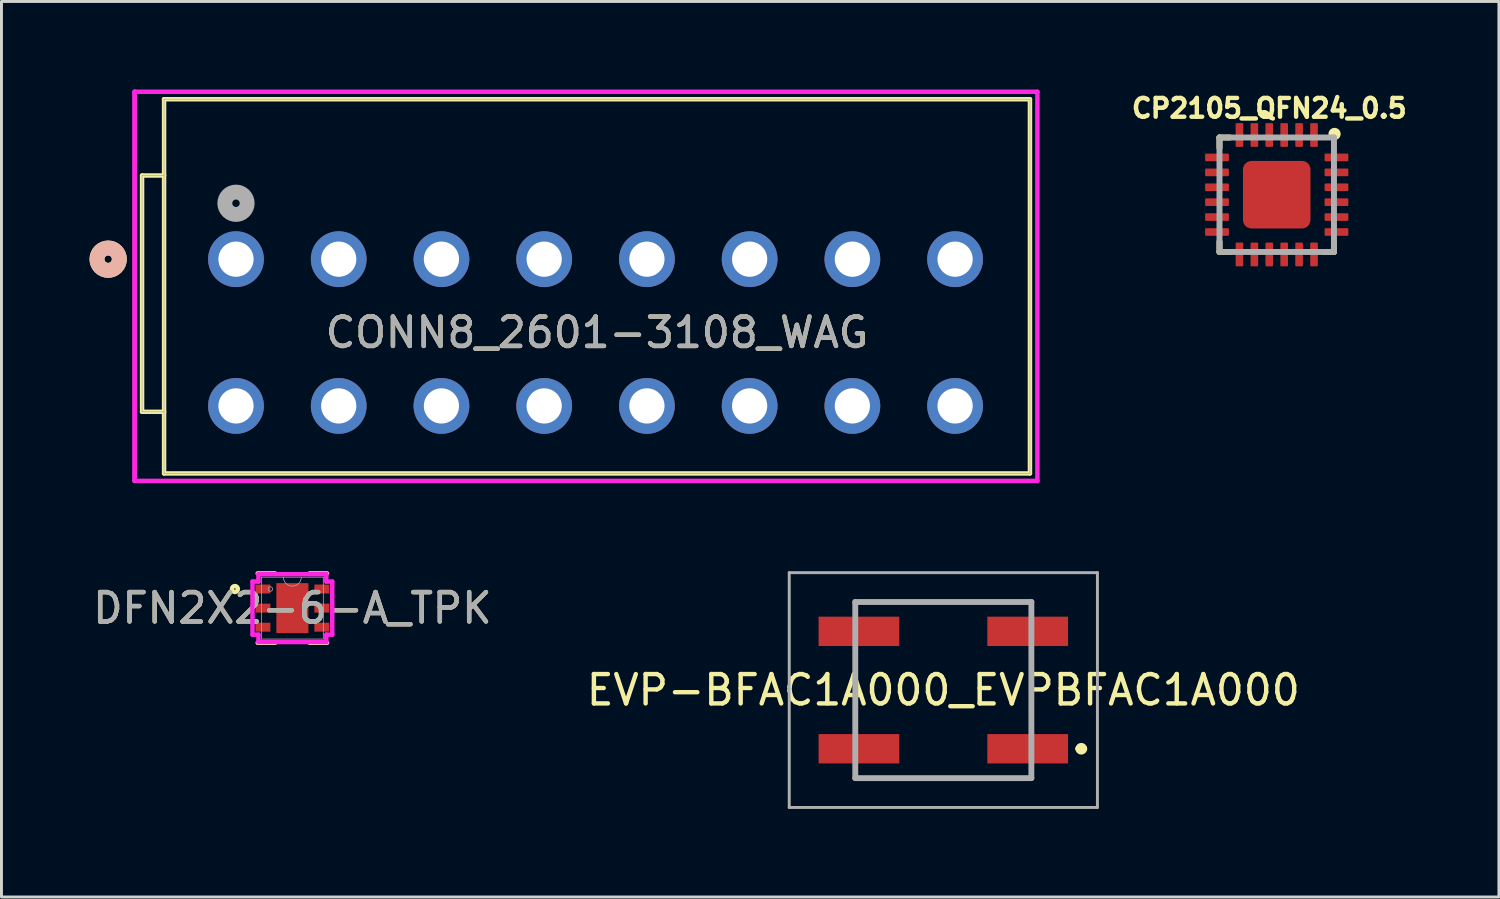
<source format=kicad_pcb>
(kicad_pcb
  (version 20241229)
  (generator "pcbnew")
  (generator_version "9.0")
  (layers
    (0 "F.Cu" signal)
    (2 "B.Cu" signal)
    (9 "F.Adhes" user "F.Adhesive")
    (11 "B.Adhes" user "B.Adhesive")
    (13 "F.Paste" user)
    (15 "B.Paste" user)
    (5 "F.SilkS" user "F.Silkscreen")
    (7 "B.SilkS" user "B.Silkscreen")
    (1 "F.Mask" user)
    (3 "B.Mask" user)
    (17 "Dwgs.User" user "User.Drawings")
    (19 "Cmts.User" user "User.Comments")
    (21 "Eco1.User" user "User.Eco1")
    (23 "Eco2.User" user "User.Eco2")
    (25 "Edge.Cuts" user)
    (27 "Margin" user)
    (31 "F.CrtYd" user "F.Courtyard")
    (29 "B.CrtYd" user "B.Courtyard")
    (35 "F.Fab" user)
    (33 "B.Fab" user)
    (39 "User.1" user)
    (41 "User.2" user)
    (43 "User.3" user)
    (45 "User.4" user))
  (footprint "DFN2X2-6-A_TPK"
    (layer "F.Cu")
    (at 6.911 17.668)
    (property "Reference" "DFN2X2-6-A_TPK" (at 0 0 0) (unlocked yes) (layer "F.SilkS") (effects (font (size 1 1) (thickness 0.15))))
    (attr smd)
    (fp_line (start -1.181 1.181) (end -0.587 1.181) (stroke (width 0.152) (type solid)) (layer "F.SilkS"))
    (fp_line (start -0.587 -1.181) (end -1.181 -1.181) (stroke (width 0.152) (type solid)) (layer "F.SilkS"))
    (fp_line (start 0.587 1.181) (end 1.181 1.181) (stroke (width 0.152) (type solid)) (layer "F.SilkS"))
    (fp_line (start 1.181 -1.181) (end 0.587 -1.181) (stroke (width 0.152) (type solid)) (layer "F.SilkS"))
    (fp_circle (center -1.958 -0.65) (end -1.857 -0.65) (stroke (width 0.152) (type solid)) (fill no) (layer "F.SilkS"))
    (fp_line (start -1.359 -0.904) (end -1.156 -0.904) (stroke (width 0.152) (type solid)) (layer "F.CrtYd"))
    (fp_line (start -1.359 0.904) (end -1.359 -0.904) (stroke (width 0.152) (type solid)) (layer "F.CrtYd"))
    (fp_line (start -1.359 0.904) (end -1.156 0.904) (stroke (width 0.152) (type solid)) (layer "F.CrtYd"))
    (fp_line (start -1.156 -1.156) (end 1.156 -1.156) (stroke (width 0.152) (type solid)) (layer "F.CrtYd"))
    (fp_line (start -1.156 -0.904) (end -1.156 -1.156) (stroke (width 0.152) (type solid)) (layer "F.CrtYd"))
    (fp_line (start -1.156 1.156) (end -1.156 0.904) (stroke (width 0.152) (type solid)) (layer "F.CrtYd"))
    (fp_line (start 1.156 -1.156) (end 1.156 -0.904) (stroke (width 0.152) (type solid)) (layer "F.CrtYd"))
    (fp_line (start 1.156 0.904) (end 1.156 1.156) (stroke (width 0.152) (type solid)) (layer "F.CrtYd"))
    (fp_line (start 1.156 1.156) (end -1.156 1.156) (stroke (width 0.152) (type solid)) (layer "F.CrtYd"))
    (fp_line (start 1.359 -0.904) (end 1.156 -0.904) (stroke (width 0.152) (type solid)) (layer "F.CrtYd"))
    (fp_line (start 1.359 -0.904) (end 1.359 0.904) (stroke (width 0.152) (type solid)) (layer "F.CrtYd"))
    (fp_line (start 1.359 0.904) (end 1.156 0.904) (stroke (width 0.152) (type solid)) (layer "F.CrtYd"))
    (fp_line (start -1.054 -1.054) (end -1.054 1.054) (stroke (width 0.025) (type solid)) (layer "F.Fab"))
    (fp_line (start -1.054 1.054) (end 1.054 1.054) (stroke (width 0.025) (type solid)) (layer "F.Fab"))
    (fp_line (start 1.054 -1.054) (end -1.054 -1.054) (stroke (width 0.025) (type solid)) (layer "F.Fab"))
    (fp_line (start 1.054 1.054) (end 1.054 -1.054) (stroke (width 0.025) (type solid)) (layer "F.Fab"))
    (fp_arc (start 0.3048 -1.0541) (mid 0 -0.7493) (end -0.3048 -1.0541) (stroke (width 0.0254) (type solid)) (layer "F.Fab"))
    (fp_circle (center -0.749 -0.65) (end -0.673 -0.65) (stroke (width 0.025) (type solid)) (fill no) (layer "F.Fab"))
    (fp_text user "${REFERENCE}" (at 0 0 0) (unlocked yes) (layer "F.Fab") (effects (font (size 1 1) (thickness 0.15))))
    (pad "1" smd rect (at -1.003 -0.65) (size 0.508 0.305) (layers "F.Cu" "F.Mask" "F.Paste"))
    (pad "2" smd rect (at -1.003 0) (size 0.508 0.305) (layers "F.Cu" "F.Mask" "F.Paste"))
    (pad "3" smd rect (at -1.003 0.65) (size 0.508 0.305) (layers "F.Cu" "F.Mask" "F.Paste"))
    (pad "4" smd rect (at 1.003 0.65) (size 0.508 0.305) (layers "F.Cu" "F.Mask" "F.Paste"))
    (pad "5" smd rect (at 1.003 0) (size 0.508 0.305) (layers "F.Cu" "F.Mask" "F.Paste"))
    (pad "6" smd rect (at 1.003 -0.65) (size 0.508 0.305) (layers "F.Cu" "F.Mask" "F.Paste"))
    (pad "7" smd rect (at 0 0) (size 1.092 1.702) (layers "F.Cu" "F.Mask" "F.Paste")))
  (footprint "EVP-BFAC1A000_EVPBFAC1A000"
    (layer "F.Cu")
    (at 29.089 20.46)
    (property "Reference" "EVP-BFAC1A000_EVPBFAC1A000" (at 0 0 0) (layer "F.SilkS") (effects (font (size 1 1) (thickness 0.15))))
    (attr smd)
    (fp_line (start -3 -3) (end 3 -3) (stroke (width 0.1) (type solid)) (layer "F.SilkS"))
    (fp_line (start -3 -1) (end -3 1) (stroke (width 0.1) (type solid)) (layer "F.SilkS"))
    (fp_line (start -3 3) (end 3 3) (stroke (width 0.1) (type solid)) (layer "F.SilkS"))
    (fp_line (start 3 -1) (end 3 1) (stroke (width 0.1) (type solid)) (layer "F.SilkS"))
    (fp_line (start 4.6 2) (end 4.6 2) (stroke (width 0.2) (type solid)) (layer "F.SilkS"))
    (fp_line (start 4.8 2) (end 4.8 2) (stroke (width 0.2) (type solid)) (layer "F.SilkS"))
    (fp_arc (start 4.6 2) (mid 4.7 1.9) (end 4.8 2) (stroke (width 0.2) (type solid)) (layer "F.SilkS"))
    (fp_arc (start 4.8 2) (mid 4.7 2.1) (end 4.6 2) (stroke (width 0.2) (type solid)) (layer "F.SilkS"))
    (fp_line (start -5.25 -4) (end 5.25 -4) (stroke (width 0.1) (type solid)) (layer "F.Fab"))
    (fp_line (start -5.25 4) (end -5.25 -4) (stroke (width 0.1) (type solid)) (layer "F.Fab"))
    (fp_line (start -3 -3) (end 3 -3) (stroke (width 0.2) (type solid)) (layer "F.Fab"))
    (fp_line (start -3 3) (end -3 -3) (stroke (width 0.2) (type solid)) (layer "F.Fab"))
    (fp_line (start 3 -3) (end 3 3) (stroke (width 0.2) (type solid)) (layer "F.Fab"))
    (fp_line (start 3 3) (end -3 3) (stroke (width 0.2) (type solid)) (layer "F.Fab"))
    (fp_line (start 5.25 -4) (end 5.25 4) (stroke (width 0.1) (type solid)) (layer "F.Fab"))
    (fp_line (start 5.25 4) (end -5.25 4) (stroke (width 0.1) (type solid)) (layer "F.Fab"))
    (pad "A1" smd rect (at 2.875 2) (size 2.75 1) (layers "F.Cu" "F.Mask" "F.Paste"))
    (pad "A2" smd rect (at -2.875 2) (size 2.75 1) (layers "F.Cu" "F.Mask" "F.Paste"))
    (pad "B1" smd rect (at 2.875 -2) (size 2.75 1) (layers "F.Cu" "F.Mask" "F.Paste"))
    (pad "B2" smd rect (at -2.875 -2) (size 2.75 1) (layers "F.Cu" "F.Mask" "F.Paste")))
  (footprint "CONN8_2601-3108_WAG"
    (layer "F.Cu")
    (at 4.99 5.78)
    (property "Reference" "CONN8_2601-3108_WAG" (at 12.3 2.5 0) (unlocked yes) (layer "F.SilkS") (effects (font (size 1 1) (thickness 0.15))))
    (attr through_hole)
    (fp_line (start -3.2 5.2) (end -3.2 -2.85) (stroke (width 0.152) (type solid)) (layer "F.SilkS"))
    (fp_line (start -2.45 -2.85) (end -3.2 -2.85) (stroke (width 0.152) (type solid)) (layer "F.SilkS"))
    (fp_line (start -2.45 5.2) (end -3.2 5.2) (stroke (width 0.152) (type solid)) (layer "F.SilkS"))
    (fp_line (start -2.45 -5.45) (end 27.05 -5.45) (stroke (width 0.152) (type solid)) (layer "F.SilkS"))
    (fp_line (start -2.45 7.3) (end -2.45 -5.45) (stroke (width 0.152) (type solid)) (layer "F.SilkS"))
    (fp_line (start -2.45 7.3) (end 27.05 7.3) (stroke (width 0.152) (type solid)) (layer "F.SilkS"))
    (fp_line (start 27.05 -5.45) (end 27.05 7.3) (stroke (width 0.152) (type solid)) (layer "F.SilkS"))
    (fp_circle (center -4.355 0) (end -3.974 0) (stroke (width 0.508) (type solid)) (fill no) (layer "F.SilkS"))
    (fp_circle (center -4.355 0) (end -3.974 0) (stroke (width 0.508) (type solid)) (fill no) (layer "B.SilkS"))
    (fp_line (start -3.454 -5.704) (end -3.454 7.554) (stroke (width 0.152) (type solid)) (layer "F.CrtYd"))
    (fp_line (start -3.454 -5.704) (end -3.454 7.554) (stroke (width 0.152) (type solid)) (layer "F.CrtYd"))
    (fp_line (start -3.454 7.554) (end 27.304 7.554) (stroke (width 0.152) (type solid)) (layer "F.CrtYd"))
    (fp_line (start 27.304 -5.704) (end -3.454 -5.704) (stroke (width 0.152) (type solid)) (layer "F.CrtYd"))
    (fp_line (start 27.304 7.554) (end 27.304 -5.704) (stroke (width 0.152) (type solid)) (layer "F.CrtYd"))
    (fp_line (start -3.2 5.2) (end -3.2 -2.85) (stroke (width 0.025) (type solid)) (layer "F.Fab"))
    (fp_line (start -2.45 -2.85) (end -3.2 -2.85) (stroke (width 0.025) (type solid)) (layer "F.Fab"))
    (fp_line (start -2.45 5.2) (end -3.2 5.2) (stroke (width 0.025) (type solid)) (layer "F.Fab"))
    (fp_line (start -2.45 -5.45) (end 27.05 -5.45) (stroke (width 0.025) (type solid)) (layer "F.Fab"))
    (fp_line (start -2.45 7.3) (end -2.45 -5.45) (stroke (width 0.025) (type solid)) (layer "F.Fab"))
    (fp_line (start -2.45 7.3) (end 27.05 7.3) (stroke (width 0.025) (type solid)) (layer "F.Fab"))
    (fp_line (start 27.05 -5.45) (end 27.05 7.3) (stroke (width 0.025) (type solid)) (layer "F.Fab"))
    (fp_circle (center 0 -1.905) (end 0.381 -1.905) (stroke (width 0.508) (type solid)) (fill no) (layer "F.Fab"))
    (fp_text user "${REFERENCE}" (at 12.3 2.5 0) (unlocked yes) (layer "F.Fab") (effects (font (size 1 1) (thickness 0.15))))
    (pad "1" thru_hole circle (at 0 0) (size 1.9 1.9) (drill 1.2) (layers "*.Cu" "*.Mask"))
    (pad "2" thru_hole circle (at 0 5) (size 1.9 1.9) (drill 1.2) (layers "*.Cu" "*.Mask"))
    (pad "3" thru_hole circle (at 3.5 0) (size 1.9 1.9) (drill 1.2) (layers "*.Cu" "*.Mask"))
    (pad "4" thru_hole circle (at 3.5 5) (size 1.9 1.9) (drill 1.2) (layers "*.Cu" "*.Mask"))
    (pad "5" thru_hole circle (at 7 0) (size 1.9 1.9) (drill 1.2) (layers "*.Cu" "*.Mask"))
    (pad "6" thru_hole circle (at 7 5) (size 1.9 1.9) (drill 1.2) (layers "*.Cu" "*.Mask"))
    (pad "7" thru_hole circle (at 10.5 0) (size 1.9 1.9) (drill 1.2) (layers "*.Cu" "*.Mask"))
    (pad "8" thru_hole circle (at 10.5 5) (size 1.9 1.9) (drill 1.2) (layers "*.Cu" "*.Mask"))
    (pad "9" thru_hole circle (at 14 0) (size 1.9 1.9) (drill 1.2) (layers "*.Cu" "*.Mask"))
    (pad "10" thru_hole circle (at 14 5) (size 1.9 1.9) (drill 1.2) (layers "*.Cu" "*.Mask"))
    (pad "11" thru_hole circle (at 17.5 0) (size 1.9 1.9) (drill 1.2) (layers "*.Cu" "*.Mask"))
    (pad "12" thru_hole circle (at 17.5 5) (size 1.9 1.9) (drill 1.2) (layers "*.Cu" "*.Mask"))
    (pad "13" thru_hole circle (at 21 0) (size 1.9 1.9) (drill 1.2) (layers "*.Cu" "*.Mask"))
    (pad "14" thru_hole circle (at 21 5) (size 1.9 1.9) (drill 1.2) (layers "*.Cu" "*.Mask"))
    (pad "15" thru_hole circle (at 24.5 0) (size 1.9 1.9) (drill 1.2) (layers "*.Cu" "*.Mask"))
    (pad "16" thru_hole circle (at 24.5 5) (size 1.9 1.9) (drill 1.2) (layers "*.Cu" "*.Mask")))
  (footprint "CP2105_QFN24_0.5"
    (layer "F.Cu")
    (at 40.448 3.584)
    (property "Reference" "CP2105_QFN24_0.5" (at -0.254 -2.946 0) (layer "F.SilkS") (effects (font (size 0.64 0.64) (thickness 0.15))))
    (attr smd)
    (fp_line (start -1.95 -1.95) (end -1.6 -1.95) (stroke (width 0.203) (type solid)) (layer "F.SilkS"))
    (fp_line (start -1.95 -1.6) (end -1.95 -1.95) (stroke (width 0.203) (type solid)) (layer "F.SilkS"))
    (fp_line (start -1.95 1.95) (end -1.95 1.6) (stroke (width 0.203) (type solid)) (layer "F.SilkS"))
    (fp_line (start -1.6 1.95) (end -1.95 1.95) (stroke (width 0.203) (type solid)) (layer "F.SilkS"))
    (fp_line (start 1.95 1.6) (end 1.95 1.95) (stroke (width 0.203) (type solid)) (layer "F.SilkS"))
    (fp_line (start 1.95 1.95) (end 1.6 1.95) (stroke (width 0.203) (type solid)) (layer "F.SilkS"))
    (fp_circle (center 1.97 -2.07) (end 2.178 -2.07) (stroke (width 0) (type solid)) (fill yes) (layer "F.SilkS"))
    (fp_poly (pts (xy -2.23 -1.4) (xy -1.66 -1.4) (xy -1.66 -1.14) (xy -2.23 -1.14)) (stroke (width 0.01) (type solid)) (fill yes) (layer "F.Paste"))
    (fp_poly (pts (xy -2.23 -0.892) (xy -1.66 -0.892) (xy -1.66 -0.632) (xy -2.23 -0.632)) (stroke (width 0.01) (type solid)) (fill yes) (layer "F.Paste"))
    (fp_poly (pts (xy -2.23 -0.384) (xy -1.66 -0.384) (xy -1.66 -0.124) (xy -2.23 -0.124)) (stroke (width 0.01) (type solid)) (fill yes) (layer "F.Paste"))
    (fp_poly (pts (xy -2.23 0.124) (xy -1.66 0.124) (xy -1.66 0.384) (xy -2.23 0.384)) (stroke (width 0.01) (type solid)) (fill yes) (layer "F.Paste"))
    (fp_poly (pts (xy -2.23 0.632) (xy -1.66 0.632) (xy -1.66 0.892) (xy -2.23 0.892)) (stroke (width 0.01) (type solid)) (fill yes) (layer "F.Paste"))
    (fp_poly (pts (xy -2.23 1.14) (xy -1.66 1.14) (xy -1.66 1.4) (xy -2.23 1.4)) (stroke (width 0.01) (type solid)) (fill yes) (layer "F.Paste"))
    (fp_poly (pts (xy -1.4 -2.23) (xy -1.14 -2.23) (xy -1.14 -1.66) (xy -1.4 -1.66)) (stroke (width 0.01) (type solid)) (fill yes) (layer "F.Paste"))
    (fp_poly (pts (xy -1.4 1.66) (xy -1.14 1.66) (xy -1.14 2.23) (xy -1.4 2.23)) (stroke (width 0.01) (type solid)) (fill yes) (layer "F.Paste"))
    (fp_poly (pts (xy -0.892 -2.23) (xy -0.632 -2.23) (xy -0.632 -1.66) (xy -0.892 -1.66)) (stroke (width 0.01) (type solid)) (fill yes) (layer "F.Paste"))
    (fp_poly (pts (xy -0.892 1.66) (xy -0.632 1.66) (xy -0.632 2.23) (xy -0.892 2.23)) (stroke (width 0.01) (type solid)) (fill yes) (layer "F.Paste"))
    (fp_poly (pts (xy -0.384 -2.23) (xy -0.124 -2.23) (xy -0.124 -1.66) (xy -0.384 -1.66)) (stroke (width 0.01) (type solid)) (fill yes) (layer "F.Paste"))
    (fp_poly (pts (xy -0.384 1.66) (xy -0.124 1.66) (xy -0.124 2.23) (xy -0.384 2.23)) (stroke (width 0.01) (type solid)) (fill yes) (layer "F.Paste"))
    (fp_poly (pts (xy -0.381 -0.381) (xy 0.381 -0.381) (xy 0.381 0.381) (xy -0.381 0.381)) (stroke (width 0.01) (type solid)) (fill yes) (layer "F.Paste"))
    (fp_poly (pts (xy 0.124 -2.23) (xy 0.384 -2.23) (xy 0.384 -1.66) (xy 0.124 -1.66)) (stroke (width 0.01) (type solid)) (fill yes) (layer "F.Paste"))
    (fp_poly (pts (xy 0.124 1.66) (xy 0.384 1.66) (xy 0.384 2.23) (xy 0.124 2.23)) (stroke (width 0.01) (type solid)) (fill yes) (layer "F.Paste"))
    (fp_poly (pts (xy 0.632 -2.23) (xy 0.892 -2.23) (xy 0.892 -1.66) (xy 0.632 -1.66)) (stroke (width 0.01) (type solid)) (fill yes) (layer "F.Paste"))
    (fp_poly (pts (xy 0.632 1.66) (xy 0.892 1.66) (xy 0.892 2.23) (xy 0.632 2.23)) (stroke (width 0.01) (type solid)) (fill yes) (layer "F.Paste"))
    (fp_poly (pts (xy 1.14 -2.23) (xy 1.4 -2.23) (xy 1.4 -1.66) (xy 1.14 -1.66)) (stroke (width 0.01) (type solid)) (fill yes) (layer "F.Paste"))
    (fp_poly (pts (xy 1.14 1.66) (xy 1.4 1.66) (xy 1.4 2.23) (xy 1.14 2.23)) (stroke (width 0.01) (type solid)) (fill yes) (layer "F.Paste"))
    (fp_poly (pts (xy 1.66 -1.4) (xy 2.23 -1.4) (xy 2.23 -1.14) (xy 1.66 -1.14)) (stroke (width 0.01) (type solid)) (fill yes) (layer "F.Paste"))
    (fp_poly (pts (xy 1.66 -0.892) (xy 2.23 -0.892) (xy 2.23 -0.632) (xy 1.66 -0.632)) (stroke (width 0.01) (type solid)) (fill yes) (layer "F.Paste"))
    (fp_poly (pts (xy 1.66 -0.384) (xy 2.23 -0.384) (xy 2.23 -0.124) (xy 1.66 -0.124)) (stroke (width 0.01) (type solid)) (fill yes) (layer "F.Paste"))
    (fp_poly (pts (xy 1.66 0.124) (xy 2.23 0.124) (xy 2.23 0.384) (xy 1.66 0.384)) (stroke (width 0.01) (type solid)) (fill yes) (layer "F.Paste"))
    (fp_poly (pts (xy 1.66 0.632) (xy 2.23 0.632) (xy 2.23 0.892) (xy 1.66 0.892)) (stroke (width 0.01) (type solid)) (fill yes) (layer "F.Paste"))
    (fp_poly (pts (xy 1.66 1.14) (xy 2.23 1.14) (xy 2.23 1.4) (xy 1.66 1.4)) (stroke (width 0.01) (type solid)) (fill yes) (layer "F.Paste"))
    (fp_line (start -1.95 -1.95) (end 1.95 -1.95) (stroke (width 0.203) (type solid)) (layer "F.Fab"))
    (fp_line (start -1.95 1.95) (end -1.95 -1.95) (stroke (width 0.203) (type solid)) (layer "F.Fab"))
    (fp_line (start 1.95 -1.95) (end 1.95 1.95) (stroke (width 0.203) (type solid)) (layer "F.Fab"))
    (fp_line (start 1.95 1.95) (end -1.95 1.95) (stroke (width 0.203) (type solid)) (layer "F.Fab"))
    (pad "1" smd roundrect (at 1.27 -2.035) (size 0.26 0.81) (layers "F.Cu" "F.Mask") (roundrect_rratio 0.125))
    (pad "2" smd roundrect (at 0.762 -2.035) (size 0.26 0.81) (layers "F.Cu" "F.Mask") (roundrect_rratio 0.125))
    (pad "3" smd roundrect (at 0.254 -2.035) (size 0.26 0.81) (layers "F.Cu" "F.Mask") (roundrect_rratio 0.125))
    (pad "4" smd roundrect (at -0.254 -2.035) (size 0.26 0.81) (layers "F.Cu" "F.Mask") (roundrect_rratio 0.125))
    (pad "5" smd roundrect (at -0.762 -2.035) (size 0.26 0.81) (layers "F.Cu" "F.Mask") (roundrect_rratio 0.125))
    (pad "6" smd roundrect (at -1.27 -2.035) (size 0.26 0.81) (layers "F.Cu" "F.Mask") (roundrect_rratio 0.125))
    (pad "7" smd roundrect (at -2.035 -1.27) (size 0.81 0.26) (layers "F.Cu" "F.Mask") (roundrect_rratio 0.125))
    (pad "8" smd roundrect (at -2.035 -0.762) (size 0.81 0.26) (layers "F.Cu" "F.Mask") (roundrect_rratio 0.125))
    (pad "9" smd roundrect (at -2.035 -0.254) (size 0.81 0.26) (layers "F.Cu" "F.Mask") (roundrect_rratio 0.125))
    (pad "10" smd roundrect (at -2.035 0.254) (size 0.81 0.26) (layers "F.Cu" "F.Mask") (roundrect_rratio 0.125))
    (pad "11" smd roundrect (at -2.035 0.762) (size 0.81 0.26) (layers "F.Cu" "F.Mask") (roundrect_rratio 0.125))
    (pad "12" smd roundrect (at -2.035 1.27) (size 0.81 0.26) (layers "F.Cu" "F.Mask") (roundrect_rratio 0.125))
    (pad "13" smd roundrect (at -1.27 2.035) (size 0.26 0.81) (layers "F.Cu" "F.Mask") (roundrect_rratio 0.125))
    (pad "14" smd roundrect (at -0.762 2.035) (size 0.26 0.81) (layers "F.Cu" "F.Mask") (roundrect_rratio 0.125))
    (pad "15" smd roundrect (at -0.254 2.035) (size 0.26 0.81) (layers "F.Cu" "F.Mask") (roundrect_rratio 0.125))
    (pad "16" smd roundrect (at 0.254 2.035) (size 0.26 0.81) (layers "F.Cu" "F.Mask") (roundrect_rratio 0.125))
    (pad "17" smd roundrect (at 0.762 2.035) (size 0.26 0.81) (layers "F.Cu" "F.Mask") (roundrect_rratio 0.125))
    (pad "18" smd roundrect (at 1.27 2.035) (size 0.26 0.81) (layers "F.Cu" "F.Mask") (roundrect_rratio 0.125))
    (pad "19" smd roundrect (at 2.035 1.27) (size 0.81 0.26) (layers "F.Cu" "F.Mask") (roundrect_rratio 0.125))
    (pad "20" smd roundrect (at 2.035 0.762) (size 0.81 0.26) (layers "F.Cu" "F.Mask") (roundrect_rratio 0.125))
    (pad "21" smd roundrect (at 2.035 0.254) (size 0.81 0.26) (layers "F.Cu" "F.Mask") (roundrect_rratio 0.125))
    (pad "22" smd roundrect (at 2.035 -0.254) (size 0.81 0.26) (layers "F.Cu" "F.Mask") (roundrect_rratio 0.125))
    (pad "23" smd roundrect (at 2.035 -0.762) (size 0.81 0.26) (layers "F.Cu" "F.Mask") (roundrect_rratio 0.125))
    (pad "24" smd roundrect (at 2.035 -1.27) (size 0.81 0.26) (layers "F.Cu" "F.Mask") (roundrect_rratio 0.125))
    (pad "EXP" smd roundrect (at 0 0) (size 2.3 2.3) (layers "F.Cu" "F.Mask") (roundrect_rratio 0.125)))
  (gr_rect
    (start -3 -3)
    (end 48.018 27.51)
    (stroke (width 0.1) (type default))
    (fill no)
    (layer "Edge.Cuts")))
</source>
